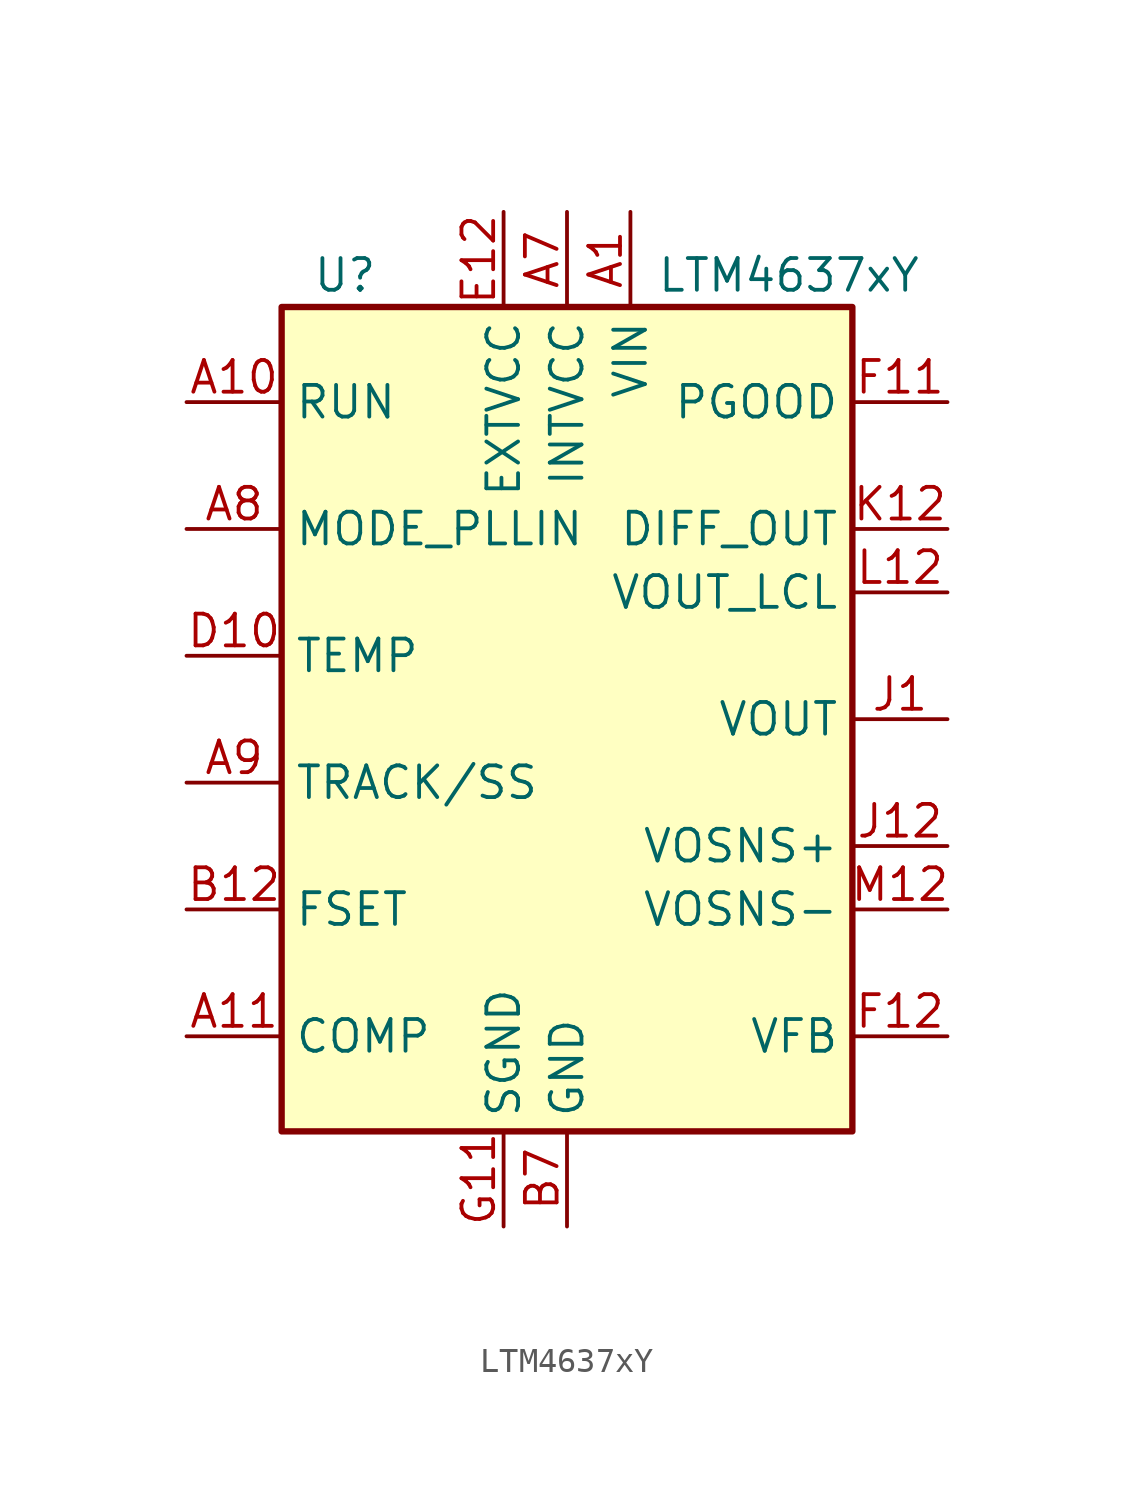
<source format=kicad_sym>
(kicad_symbol_lib
  (version 20201005)
  (generator kicad_symbol_editor)
  (symbol "LTM4637xY"
    (property "Reference" "U"
      (at -8.89 17.78 0)
      (effects (font (size 1.27 1.27))))
    (property "Value" "LTM4637xY"
      (at 8.89 17.78 0)
      (effects (font (size 1.27 1.27))))
    (symbol "LTM4637xY_0_1"
      (rectangle (start 11.43 16.51) (end -11.43 -16.51) (stroke (width 0.254)) (fill (type background))))
    (symbol "LTM4637xY_1_1"
      (pin power_in line (at 2.54 20.32 270) (length 3.81) (name "VIN" (effects (font (size 1.27 1.27)))) (number "A1" (effects (font (size 1.27 1.27)))))
      (pin input line (at -15.24 12.7 0) (length 3.81) (name "RUN" (effects (font (size 1.27 1.27)))) (number "A10" (effects (font (size 1.27 1.27)))))
      (pin passive line (at -15.24 -12.7 0) (length 3.81) (name "COMP" (effects (font (size 1.27 1.27)))) (number "A11" (effects (font (size 1.27 1.27)))))
      (pin no_connect line (at -10.16 -15.24 90) (length 2.54) hide (name "MTP1" (effects (font (size 1.27 1.27)))) (number "A12" (effects (font (size 1.27 1.27)))))
      (pin passive line (at 2.54 20.32 270) (length 3.81) hide (name "VIN" (effects (font (size 1.27 1.27)))) (number "A2" (effects (font (size 1.27 1.27)))))
      (pin passive line (at 2.54 20.32 270) (length 3.81) hide (name "VIN" (effects (font (size 1.27 1.27)))) (number "A3" (effects (font (size 1.27 1.27)))))
      (pin passive line (at 2.54 20.32 270) (length 3.81) hide (name "VIN" (effects (font (size 1.27 1.27)))) (number "A4" (effects (font (size 1.27 1.27)))))
      (pin passive line (at 2.54 20.32 270) (length 3.81) hide (name "VIN" (effects (font (size 1.27 1.27)))) (number "A5" (effects (font (size 1.27 1.27)))))
      (pin passive line (at 2.54 20.32 270) (length 3.81) hide (name "VIN" (effects (font (size 1.27 1.27)))) (number "A6" (effects (font (size 1.27 1.27)))))
      (pin power_out line (at 0 20.32 270) (length 3.81) (name "INTVCC" (effects (font (size 1.27 1.27)))) (number "A7" (effects (font (size 1.27 1.27)))))
      (pin input line (at -15.24 7.62 0) (length 3.81) (name "MODE_PLLIN" (effects (font (size 1.27 1.27)))) (number "A8" (effects (font (size 1.27 1.27)))))
      (pin passive line (at -15.24 -2.54 0) (length 3.81) (name "TRACK/SS" (effects (font (size 1.27 1.27)))) (number "A9" (effects (font (size 1.27 1.27)))))
      (pin passive line (at 2.54 20.32 270) (length 3.81) hide (name "VIN" (effects (font (size 1.27 1.27)))) (number "B1" (effects (font (size 1.27 1.27)))))
      (pin no_connect line (at -7.62 -15.24 90) (length 2.54) hide (name "MTP2" (effects (font (size 1.27 1.27)))) (number "B11" (effects (font (size 1.27 1.27)))))
      (pin passive line (at -15.24 -7.62 0) (length 3.81) (name "FSET" (effects (font (size 1.27 1.27)))) (number "B12" (effects (font (size 1.27 1.27)))))
      (pin passive line (at 2.54 20.32 270) (length 3.81) hide (name "VIN" (effects (font (size 1.27 1.27)))) (number "B2" (effects (font (size 1.27 1.27)))))
      (pin passive line (at 2.54 20.32 270) (length 3.81) hide (name "VIN" (effects (font (size 1.27 1.27)))) (number "B3" (effects (font (size 1.27 1.27)))))
      (pin passive line (at 2.54 20.32 270) (length 3.81) hide (name "VIN" (effects (font (size 1.27 1.27)))) (number "B4" (effects (font (size 1.27 1.27)))))
      (pin passive line (at 2.54 20.32 270) (length 3.81) hide (name "VIN" (effects (font (size 1.27 1.27)))) (number "B5" (effects (font (size 1.27 1.27)))))
      (pin passive line (at 2.54 20.32 270) (length 3.81) hide (name "VIN" (effects (font (size 1.27 1.27)))) (number "B6" (effects (font (size 1.27 1.27)))))
      (pin power_in line (at 0 -20.32 90) (length 3.81) (name "GND" (effects (font (size 1.27 1.27)))) (number "B7" (effects (font (size 1.27 1.27)))))
      (pin passive line (at 0 -20.32 90) (length 3.81) hide (name "GND" (effects (font (size 1.27 1.27)))) (number "B9" (effects (font (size 1.27 1.27)))))
      (pin passive line (at 2.54 20.32 270) (length 3.81) hide (name "VIN" (effects (font (size 1.27 1.27)))) (number "C1" (effects (font (size 1.27 1.27)))))
      (pin no_connect line (at -5.08 -15.24 90) (length 2.54) hide (name "MTP3" (effects (font (size 1.27 1.27)))) (number "C10" (effects (font (size 1.27 1.27)))))
      (pin no_connect line (at 2.54 -15.24 90) (length 2.54) hide (name "MTP4" (effects (font (size 1.27 1.27)))) (number "C11" (effects (font (size 1.27 1.27)))))
      (pin no_connect line (at 5.08 -15.24 90) (length 2.54) hide (name "MTP5" (effects (font (size 1.27 1.27)))) (number "C12" (effects (font (size 1.27 1.27)))))
      (pin passive line (at 2.54 20.32 270) (length 3.81) hide (name "VIN" (effects (font (size 1.27 1.27)))) (number "C2" (effects (font (size 1.27 1.27)))))
      (pin passive line (at 2.54 20.32 270) (length 3.81) hide (name "VIN" (effects (font (size 1.27 1.27)))) (number "C3" (effects (font (size 1.27 1.27)))))
      (pin passive line (at 2.54 20.32 270) (length 3.81) hide (name "VIN" (effects (font (size 1.27 1.27)))) (number "C4" (effects (font (size 1.27 1.27)))))
      (pin passive line (at 2.54 20.32 270) (length 3.81) hide (name "VIN" (effects (font (size 1.27 1.27)))) (number "C5" (effects (font (size 1.27 1.27)))))
      (pin passive line (at 2.54 20.32 270) (length 3.81) hide (name "VIN" (effects (font (size 1.27 1.27)))) (number "C6" (effects (font (size 1.27 1.27)))))
      (pin passive line (at 0 -20.32 90) (length 3.81) hide (name "GND" (effects (font (size 1.27 1.27)))) (number "C7" (effects (font (size 1.27 1.27)))))
      (pin passive line (at 0 -20.32 90) (length 3.81) hide (name "GND" (effects (font (size 1.27 1.27)))) (number "C9" (effects (font (size 1.27 1.27)))))
      (pin passive line (at 0 -20.32 90) (length 3.81) hide (name "GND" (effects (font (size 1.27 1.27)))) (number "D1" (effects (font (size 1.27 1.27)))))
      (pin passive line (at -15.24 2.54 0) (length 3.81) (name "TEMP" (effects (font (size 1.27 1.27)))) (number "D10" (effects (font (size 1.27 1.27)))))
      (pin no_connect line (at 7.62 -15.24 90) (length 2.54) hide (name "MTP6" (effects (font (size 1.27 1.27)))) (number "D11" (effects (font (size 1.27 1.27)))))
      (pin no_connect line (at 10.16 -15.24 90) (length 2.54) hide (name "MTP7" (effects (font (size 1.27 1.27)))) (number "D12" (effects (font (size 1.27 1.27)))))
      (pin passive line (at 0 -20.32 90) (length 3.81) hide (name "GND" (effects (font (size 1.27 1.27)))) (number "D2" (effects (font (size 1.27 1.27)))))
      (pin passive line (at 0 -20.32 90) (length 3.81) hide (name "GND" (effects (font (size 1.27 1.27)))) (number "D3" (effects (font (size 1.27 1.27)))))
      (pin passive line (at 0 -20.32 90) (length 3.81) hide (name "GND" (effects (font (size 1.27 1.27)))) (number "D4" (effects (font (size 1.27 1.27)))))
      (pin passive line (at 0 -20.32 90) (length 3.81) hide (name "GND" (effects (font (size 1.27 1.27)))) (number "D5" (effects (font (size 1.27 1.27)))))
      (pin passive line (at 0 -20.32 90) (length 3.81) hide (name "GND" (effects (font (size 1.27 1.27)))) (number "D6" (effects (font (size 1.27 1.27)))))
      (pin passive line (at 0 -20.32 90) (length 3.81) hide (name "GND" (effects (font (size 1.27 1.27)))) (number "D8" (effects (font (size 1.27 1.27)))))
      (pin passive line (at 0 20.32 270) (length 3.81) hide (name "INTVCC" (effects (font (size 1.27 1.27)))) (number "D9" (effects (font (size 1.27 1.27)))))
      (pin passive line (at 0 -20.32 90) (length 3.81) hide (name "GND" (effects (font (size 1.27 1.27)))) (number "E1" (effects (font (size 1.27 1.27)))))
      (pin power_in line (at -2.54 20.32 270) (length 3.81) (name "EXTVCC" (effects (font (size 1.27 1.27)))) (number "E12" (effects (font (size 1.27 1.27)))))
      (pin passive line (at 0 -20.32 90) (length 3.81) hide (name "GND" (effects (font (size 1.27 1.27)))) (number "E2" (effects (font (size 1.27 1.27)))))
      (pin passive line (at 0 -20.32 90) (length 3.81) hide (name "GND" (effects (font (size 1.27 1.27)))) (number "E3" (effects (font (size 1.27 1.27)))))
      (pin passive line (at 0 -20.32 90) (length 3.81) hide (name "GND" (effects (font (size 1.27 1.27)))) (number "E4" (effects (font (size 1.27 1.27)))))
      (pin passive line (at 0 -20.32 90) (length 3.81) hide (name "GND" (effects (font (size 1.27 1.27)))) (number "E5" (effects (font (size 1.27 1.27)))))
      (pin passive line (at 0 -20.32 90) (length 3.81) hide (name "GND" (effects (font (size 1.27 1.27)))) (number "E6" (effects (font (size 1.27 1.27)))))
      (pin passive line (at 0 -20.32 90) (length 3.81) hide (name "GND" (effects (font (size 1.27 1.27)))) (number "E7" (effects (font (size 1.27 1.27)))))
      (pin passive line (at 0 -20.32 90) (length 3.81) hide (name "GND" (effects (font (size 1.27 1.27)))) (number "E9" (effects (font (size 1.27 1.27)))))
      (pin passive line (at 0 -20.32 90) (length 3.81) hide (name "GND" (effects (font (size 1.27 1.27)))) (number "F1" (effects (font (size 1.27 1.27)))))
      (pin open_collector line (at 15.24 12.7 180) (length 3.81) (name "PGOOD" (effects (font (size 1.27 1.27)))) (number "F11" (effects (font (size 1.27 1.27)))))
      (pin input line (at 15.24 -12.7 180) (length 3.81) (name "VFB" (effects (font (size 1.27 1.27)))) (number "F12" (effects (font (size 1.27 1.27)))))
      (pin passive line (at 0 -20.32 90) (length 3.81) hide (name "GND" (effects (font (size 1.27 1.27)))) (number "F2" (effects (font (size 1.27 1.27)))))
      (pin passive line (at 0 -20.32 90) (length 3.81) hide (name "GND" (effects (font (size 1.27 1.27)))) (number "F3" (effects (font (size 1.27 1.27)))))
      (pin passive line (at 0 -20.32 90) (length 3.81) hide (name "GND" (effects (font (size 1.27 1.27)))) (number "F4" (effects (font (size 1.27 1.27)))))
      (pin passive line (at 0 -20.32 90) (length 3.81) hide (name "GND" (effects (font (size 1.27 1.27)))) (number "F5" (effects (font (size 1.27 1.27)))))
      (pin passive line (at 0 -20.32 90) (length 3.81) hide (name "GND" (effects (font (size 1.27 1.27)))) (number "F6" (effects (font (size 1.27 1.27)))))
      (pin passive line (at 0 -20.32 90) (length 3.81) hide (name "GND" (effects (font (size 1.27 1.27)))) (number "F7" (effects (font (size 1.27 1.27)))))
      (pin passive line (at 0 -20.32 90) (length 3.81) hide (name "GND" (effects (font (size 1.27 1.27)))) (number "F8" (effects (font (size 1.27 1.27)))))
      (pin passive line (at 0 -20.32 90) (length 3.81) hide (name "GND" (effects (font (size 1.27 1.27)))) (number "F9" (effects (font (size 1.27 1.27)))))
      (pin passive line (at 0 -20.32 90) (length 3.81) hide (name "GND" (effects (font (size 1.27 1.27)))) (number "G1" (effects (font (size 1.27 1.27)))))
      (pin power_in line (at -2.54 -20.32 90) (length 3.81) (name "SGND" (effects (font (size 1.27 1.27)))) (number "G11" (effects (font (size 1.27 1.27)))))
      (pin open_collector line (at 15.24 12.7 180) (length 3.81) hide (name "PGOOD" (effects (font (size 1.27 1.27)))) (number "G12" (effects (font (size 1.27 1.27)))))
      (pin passive line (at 0 -20.32 90) (length 3.81) hide (name "GND" (effects (font (size 1.27 1.27)))) (number "G2" (effects (font (size 1.27 1.27)))))
      (pin passive line (at 0 -20.32 90) (length 3.81) hide (name "GND" (effects (font (size 1.27 1.27)))) (number "G3" (effects (font (size 1.27 1.27)))))
      (pin passive line (at 0 -20.32 90) (length 3.81) hide (name "GND" (effects (font (size 1.27 1.27)))) (number "G4" (effects (font (size 1.27 1.27)))))
      (pin passive line (at 0 -20.32 90) (length 3.81) hide (name "GND" (effects (font (size 1.27 1.27)))) (number "G5" (effects (font (size 1.27 1.27)))))
      (pin passive line (at 0 -20.32 90) (length 3.81) hide (name "GND" (effects (font (size 1.27 1.27)))) (number "G6" (effects (font (size 1.27 1.27)))))
      (pin passive line (at 0 -20.32 90) (length 3.81) hide (name "GND" (effects (font (size 1.27 1.27)))) (number "G7" (effects (font (size 1.27 1.27)))))
      (pin passive line (at 0 -20.32 90) (length 3.81) hide (name "GND" (effects (font (size 1.27 1.27)))) (number "G8" (effects (font (size 1.27 1.27)))))
      (pin passive line (at 0 -20.32 90) (length 3.81) hide (name "GND" (effects (font (size 1.27 1.27)))) (number "G9" (effects (font (size 1.27 1.27)))))
      (pin passive line (at 0 -20.32 90) (length 3.81) hide (name "GND" (effects (font (size 1.27 1.27)))) (number "H1" (effects (font (size 1.27 1.27)))))
      (pin passive line (at -2.54 -20.32 90) (length 3.81) hide (name "SGND" (effects (font (size 1.27 1.27)))) (number "H11" (effects (font (size 1.27 1.27)))))
      (pin passive line (at -2.54 -20.32 90) (length 3.81) hide (name "SGND" (effects (font (size 1.27 1.27)))) (number "H12" (effects (font (size 1.27 1.27)))))
      (pin passive line (at 0 -20.32 90) (length 3.81) hide (name "GND" (effects (font (size 1.27 1.27)))) (number "H2" (effects (font (size 1.27 1.27)))))
      (pin passive line (at 0 -20.32 90) (length 3.81) hide (name "GND" (effects (font (size 1.27 1.27)))) (number "H3" (effects (font (size 1.27 1.27)))))
      (pin passive line (at 0 -20.32 90) (length 3.81) hide (name "GND" (effects (font (size 1.27 1.27)))) (number "H4" (effects (font (size 1.27 1.27)))))
      (pin passive line (at 0 -20.32 90) (length 3.81) hide (name "GND" (effects (font (size 1.27 1.27)))) (number "H5" (effects (font (size 1.27 1.27)))))
      (pin passive line (at 0 -20.32 90) (length 3.81) hide (name "GND" (effects (font (size 1.27 1.27)))) (number "H6" (effects (font (size 1.27 1.27)))))
      (pin passive line (at 0 -20.32 90) (length 3.81) hide (name "GND" (effects (font (size 1.27 1.27)))) (number "H7" (effects (font (size 1.27 1.27)))))
      (pin passive line (at 0 -20.32 90) (length 3.81) hide (name "GND" (effects (font (size 1.27 1.27)))) (number "H8" (effects (font (size 1.27 1.27)))))
      (pin passive line (at 0 -20.32 90) (length 3.81) hide (name "GND" (effects (font (size 1.27 1.27)))) (number "H9" (effects (font (size 1.27 1.27)))))
      (pin power_out line (at 15.24 0 180) (length 3.81) (name "VOUT" (effects (font (size 1.27 1.27)))) (number "J1" (effects (font (size 1.27 1.27)))))
      (pin passive line (at 15.24 0 180) (length 3.81) hide (name "VOUT" (effects (font (size 1.27 1.27)))) (number "J10" (effects (font (size 1.27 1.27)))))
      (pin input line (at 15.24 -5.08 180) (length 3.81) (name "VOSNS+" (effects (font (size 1.27 1.27)))) (number "J12" (effects (font (size 1.27 1.27)))))
      (pin passive line (at 15.24 0 180) (length 3.81) hide (name "VOUT" (effects (font (size 1.27 1.27)))) (number "J2" (effects (font (size 1.27 1.27)))))
      (pin passive line (at 15.24 0 180) (length 3.81) hide (name "VOUT" (effects (font (size 1.27 1.27)))) (number "J3" (effects (font (size 1.27 1.27)))))
      (pin passive line (at 15.24 0 180) (length 3.81) hide (name "VOUT" (effects (font (size 1.27 1.27)))) (number "J4" (effects (font (size 1.27 1.27)))))
      (pin passive line (at 15.24 0 180) (length 3.81) hide (name "VOUT" (effects (font (size 1.27 1.27)))) (number "J5" (effects (font (size 1.27 1.27)))))
      (pin passive line (at 15.24 0 180) (length 3.81) hide (name "VOUT" (effects (font (size 1.27 1.27)))) (number "J6" (effects (font (size 1.27 1.27)))))
      (pin passive line (at 15.24 0 180) (length 3.81) hide (name "VOUT" (effects (font (size 1.27 1.27)))) (number "J7" (effects (font (size 1.27 1.27)))))
      (pin passive line (at 15.24 0 180) (length 3.81) hide (name "VOUT" (effects (font (size 1.27 1.27)))) (number "J8" (effects (font (size 1.27 1.27)))))
      (pin passive line (at 15.24 0 180) (length 3.81) hide (name "VOUT" (effects (font (size 1.27 1.27)))) (number "J9" (effects (font (size 1.27 1.27)))))
      (pin passive line (at 15.24 0 180) (length 3.81) hide (name "VOUT" (effects (font (size 1.27 1.27)))) (number "K1" (effects (font (size 1.27 1.27)))))
      (pin passive line (at 15.24 0 180) (length 3.81) hide (name "VOUT" (effects (font (size 1.27 1.27)))) (number "K10" (effects (font (size 1.27 1.27)))))
      (pin passive line (at 15.24 0 180) (length 3.81) hide (name "VOUT" (effects (font (size 1.27 1.27)))) (number "K11" (effects (font (size 1.27 1.27)))))
      (pin output line (at 15.24 7.62 180) (length 3.81) (name "DIFF_OUT" (effects (font (size 1.27 1.27)))) (number "K12" (effects (font (size 1.27 1.27)))))
      (pin passive line (at 15.24 0 180) (length 3.81) hide (name "VOUT" (effects (font (size 1.27 1.27)))) (number "K2" (effects (font (size 1.27 1.27)))))
      (pin passive line (at 15.24 0 180) (length 3.81) hide (name "VOUT" (effects (font (size 1.27 1.27)))) (number "K3" (effects (font (size 1.27 1.27)))))
      (pin passive line (at 15.24 0 180) (length 3.81) hide (name "VOUT" (effects (font (size 1.27 1.27)))) (number "K4" (effects (font (size 1.27 1.27)))))
      (pin passive line (at 15.24 0 180) (length 3.81) hide (name "VOUT" (effects (font (size 1.27 1.27)))) (number "K5" (effects (font (size 1.27 1.27)))))
      (pin passive line (at 15.24 0 180) (length 3.81) hide (name "VOUT" (effects (font (size 1.27 1.27)))) (number "K6" (effects (font (size 1.27 1.27)))))
      (pin passive line (at 15.24 0 180) (length 3.81) hide (name "VOUT" (effects (font (size 1.27 1.27)))) (number "K7" (effects (font (size 1.27 1.27)))))
      (pin passive line (at 15.24 0 180) (length 3.81) hide (name "VOUT" (effects (font (size 1.27 1.27)))) (number "K8" (effects (font (size 1.27 1.27)))))
      (pin passive line (at 15.24 0 180) (length 3.81) hide (name "VOUT" (effects (font (size 1.27 1.27)))) (number "K9" (effects (font (size 1.27 1.27)))))
      (pin passive line (at 15.24 0 180) (length 3.81) hide (name "VOUT" (effects (font (size 1.27 1.27)))) (number "L1" (effects (font (size 1.27 1.27)))))
      (pin passive line (at 15.24 0 180) (length 3.81) hide (name "VOUT" (effects (font (size 1.27 1.27)))) (number "L10" (effects (font (size 1.27 1.27)))))
      (pin passive line (at 15.24 0 180) (length 3.81) hide (name "VOUT" (effects (font (size 1.27 1.27)))) (number "L11" (effects (font (size 1.27 1.27)))))
      (pin input line (at 15.24 5.08 180) (length 3.81) (name "VOUT_LCL" (effects (font (size 1.27 1.27)))) (number "L12" (effects (font (size 1.27 1.27)))))
      (pin passive line (at 15.24 0 180) (length 3.81) hide (name "VOUT" (effects (font (size 1.27 1.27)))) (number "L2" (effects (font (size 1.27 1.27)))))
      (pin passive line (at 15.24 0 180) (length 3.81) hide (name "VOUT" (effects (font (size 1.27 1.27)))) (number "L3" (effects (font (size 1.27 1.27)))))
      (pin passive line (at 15.24 0 180) (length 3.81) hide (name "VOUT" (effects (font (size 1.27 1.27)))) (number "L4" (effects (font (size 1.27 1.27)))))
      (pin passive line (at 15.24 0 180) (length 3.81) hide (name "VOUT" (effects (font (size 1.27 1.27)))) (number "L5" (effects (font (size 1.27 1.27)))))
      (pin passive line (at 15.24 0 180) (length 3.81) hide (name "VOUT" (effects (font (size 1.27 1.27)))) (number "L6" (effects (font (size 1.27 1.27)))))
      (pin passive line (at 15.24 0 180) (length 3.81) hide (name "VOUT" (effects (font (size 1.27 1.27)))) (number "L7" (effects (font (size 1.27 1.27)))))
      (pin passive line (at 15.24 0 180) (length 3.81) hide (name "VOUT" (effects (font (size 1.27 1.27)))) (number "L8" (effects (font (size 1.27 1.27)))))
      (pin passive line (at 15.24 0 180) (length 3.81) hide (name "VOUT" (effects (font (size 1.27 1.27)))) (number "L9" (effects (font (size 1.27 1.27)))))
      (pin passive line (at 15.24 0 180) (length 3.81) hide (name "VOUT" (effects (font (size 1.27 1.27)))) (number "M1" (effects (font (size 1.27 1.27)))))
      (pin passive line (at 15.24 0 180) (length 3.81) hide (name "VOUT" (effects (font (size 1.27 1.27)))) (number "M10" (effects (font (size 1.27 1.27)))))
      (pin passive line (at 15.24 0 180) (length 3.81) hide (name "VOUT" (effects (font (size 1.27 1.27)))) (number "M11" (effects (font (size 1.27 1.27)))))
      (pin input line (at 15.24 -7.62 180) (length 3.81) (name "VOSNS-" (effects (font (size 1.27 1.27)))) (number "M12" (effects (font (size 1.27 1.27)))))
      (pin passive line (at 15.24 0 180) (length 3.81) hide (name "VOUT" (effects (font (size 1.27 1.27)))) (number "M2" (effects (font (size 1.27 1.27)))))
      (pin passive line (at 15.24 0 180) (length 3.81) hide (name "VOUT" (effects (font (size 1.27 1.27)))) (number "M3" (effects (font (size 1.27 1.27)))))
      (pin passive line (at 15.24 0 180) (length 3.81) hide (name "VOUT" (effects (font (size 1.27 1.27)))) (number "M4" (effects (font (size 1.27 1.27)))))
      (pin passive line (at 15.24 0 180) (length 3.81) hide (name "VOUT" (effects (font (size 1.27 1.27)))) (number "M5" (effects (font (size 1.27 1.27)))))
      (pin passive line (at 15.24 0 180) (length 3.81) hide (name "VOUT" (effects (font (size 1.27 1.27)))) (number "M6" (effects (font (size 1.27 1.27)))))
      (pin passive line (at 15.24 0 180) (length 3.81) hide (name "VOUT" (effects (font (size 1.27 1.27)))) (number "M7" (effects (font (size 1.27 1.27)))))
      (pin passive line (at 15.24 0 180) (length 3.81) hide (name "VOUT" (effects (font (size 1.27 1.27)))) (number "M8" (effects (font (size 1.27 1.27)))))
      (pin passive line (at 15.24 0 180) (length 3.81) hide (name "VOUT" (effects (font (size 1.27 1.27)))) (number "M9" (effects (font (size 1.27 1.27))))))))
</source>
